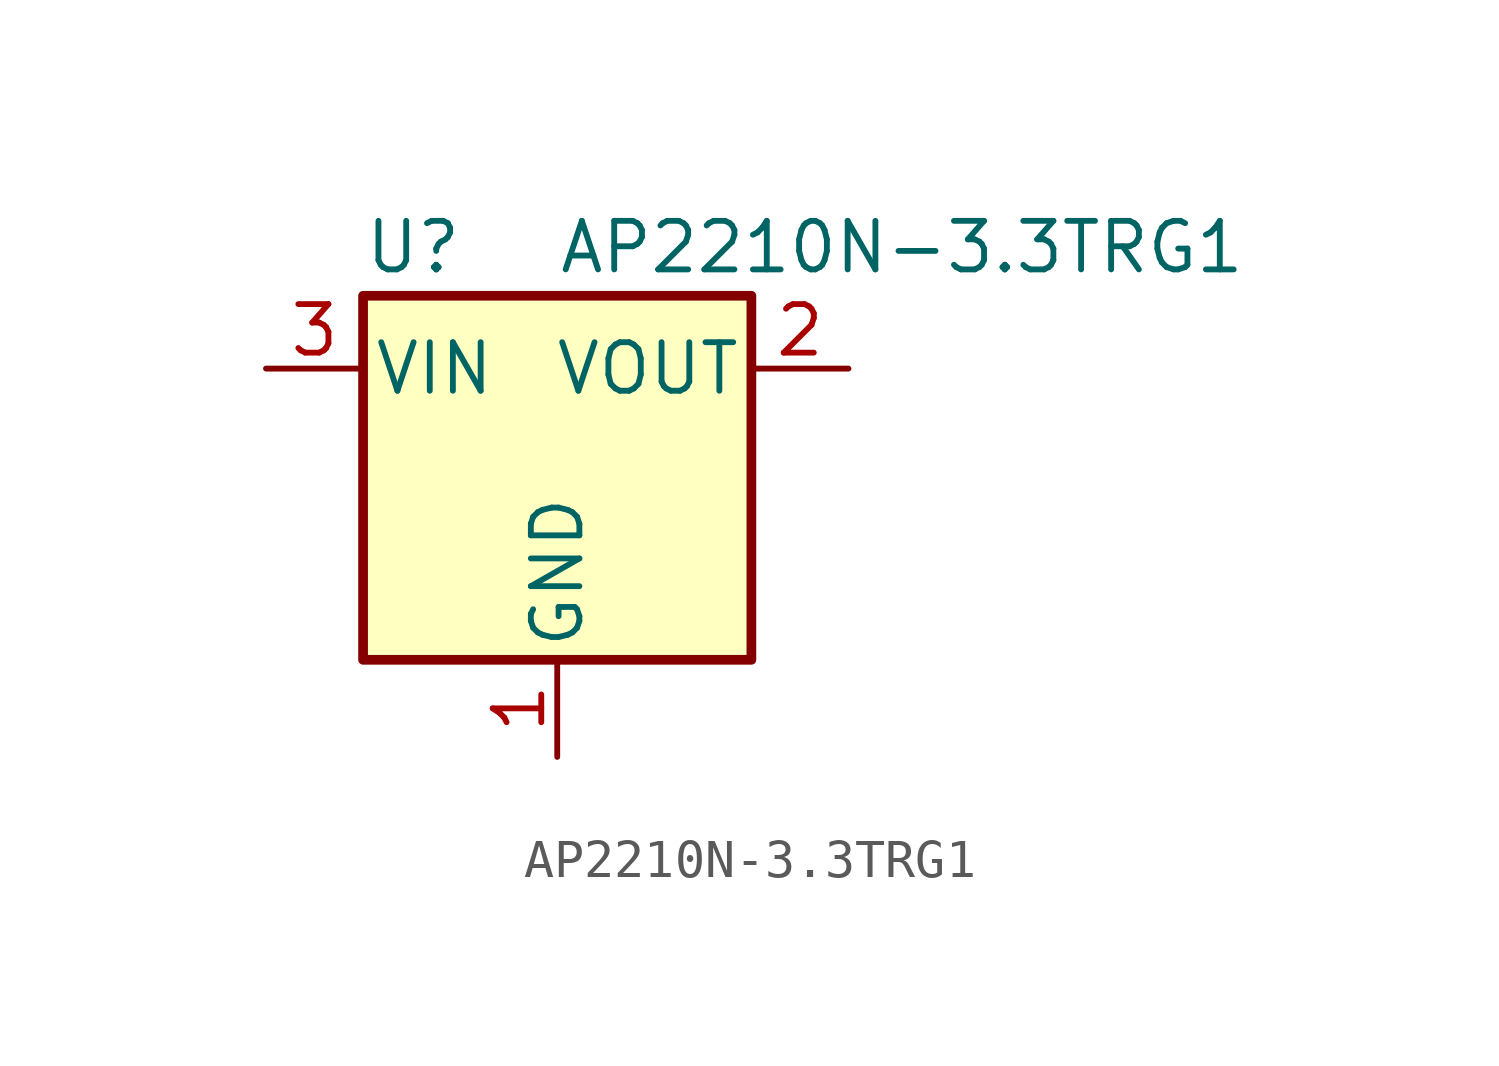
<source format=kicad_sym>
(kicad_symbol_lib
  (version 20231120)
  (generator "kicad_symbol_editor")
  (generator_version "8.0")
  (symbol "AP2210N-3.3TRG1"
    (pin_names
      (offset 0.254))
    (property "Reference" "U"
      (at -5.08 5.715 0)
      (effects (font (size 1.27 1.27)) (justify left)))
    (property "Value" "AP2210N-3.3TRG1"
      (at 0 5.715 0)
      (effects (font (size 1.27 1.27)) (justify left)))
    (symbol "AP2210N-3.3TRG1_0_1"
      (rectangle (start -5.08 4.445) (end 5.08 -5.08) (stroke (width 0.254) (type default)) (fill (type background))))
    (symbol "AP2210N-3.3TRG1_1_1"
      (pin power_in line (at 0 -7.62 90) (length 2.54) (name "GND" (effects (font (size 1.27 1.27)))) (number "1" (effects (font (size 1.27 1.27)))))
      (pin power_out line (at 7.62 2.54 180) (length 2.54) (name "VOUT" (effects (font (size 1.27 1.27)))) (number "2" (effects (font (size 1.27 1.27)))))
      (pin power_in line (at -7.62 2.54 0) (length 2.54) (name "VIN" (effects (font (size 1.27 1.27)))) (number "3" (effects (font (size 1.27 1.27))))))))
</source>
